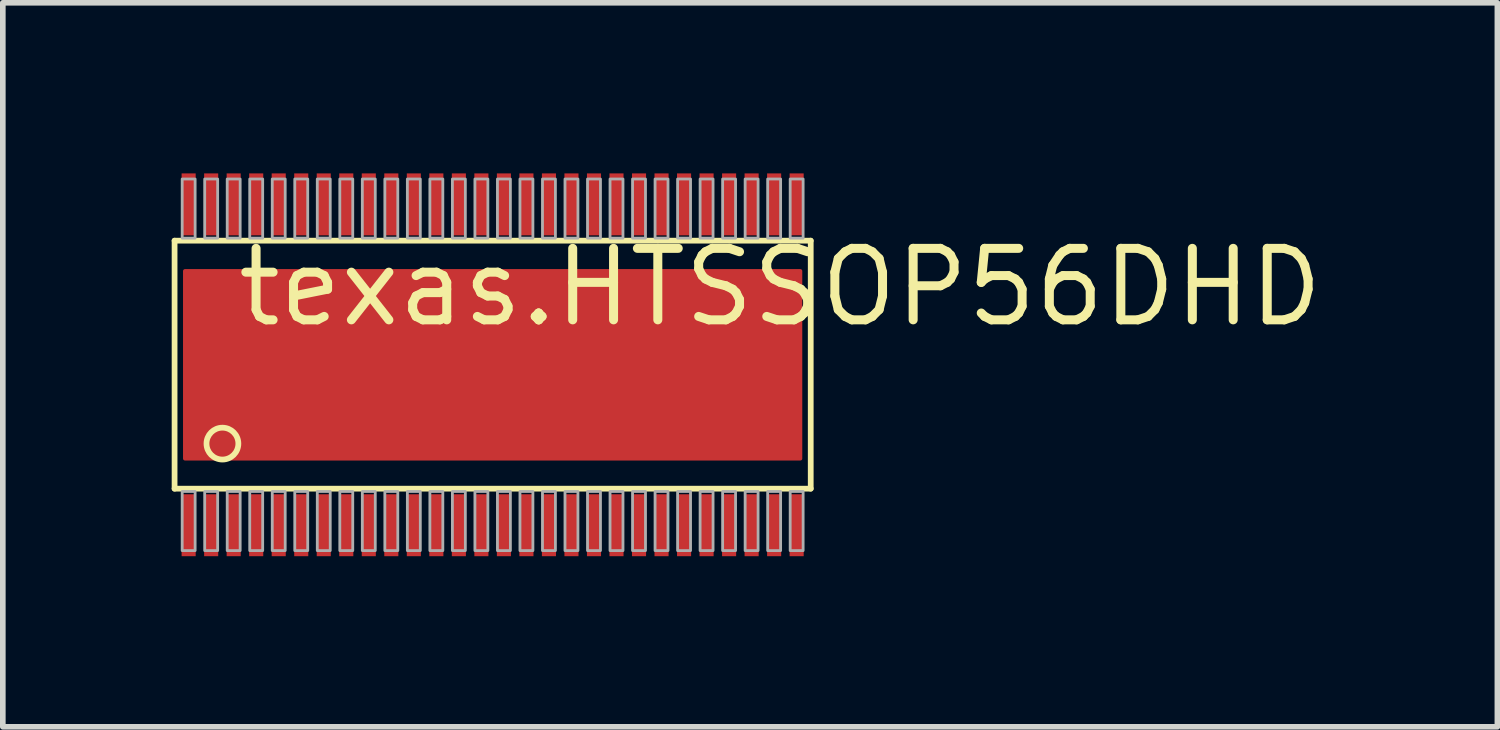
<source format=kicad_pcb>
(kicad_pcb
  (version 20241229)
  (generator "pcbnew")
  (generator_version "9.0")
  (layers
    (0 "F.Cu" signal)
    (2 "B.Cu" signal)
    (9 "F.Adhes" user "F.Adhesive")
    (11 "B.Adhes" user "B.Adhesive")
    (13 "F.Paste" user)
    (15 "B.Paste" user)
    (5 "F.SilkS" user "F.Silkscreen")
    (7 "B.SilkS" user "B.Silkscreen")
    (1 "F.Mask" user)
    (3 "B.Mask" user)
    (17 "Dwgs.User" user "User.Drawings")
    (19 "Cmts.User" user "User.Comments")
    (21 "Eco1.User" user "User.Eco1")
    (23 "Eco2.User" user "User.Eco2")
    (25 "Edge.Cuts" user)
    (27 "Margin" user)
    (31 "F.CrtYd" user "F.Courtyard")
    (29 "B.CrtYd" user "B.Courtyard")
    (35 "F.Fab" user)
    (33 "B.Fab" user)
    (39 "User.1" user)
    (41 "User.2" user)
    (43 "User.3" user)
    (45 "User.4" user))
  (footprint "texas.HTSSOP56DHD"
    (layer "F.Cu")
    (at 5.701 3.43)
    (property "Reference" "texas.HTSSOP56DHD" (at -4.61 -0.635 0) (layer "F.SilkS") (effects (font (size 1.27 1.27) (thickness 0.16)) (justify left bottom)))
    (attr smd)
    (fp_rect (start -5.53 -2.295) (end -5.27 -3.405) (stroke (width 0.05) (type default)) (fill yes) (layer "F.Mask"))
    (fp_rect (start -5.53 3.405) (end -5.27 2.295) (stroke (width 0.05) (type default)) (fill yes) (layer "F.Mask"))
    (fp_rect (start -5.5 1.75) (end 5.5 -1.75) (stroke (width 0.05) (type default)) (fill yes) (layer "F.Mask"))
    (fp_rect (start -5.13 -2.295) (end -4.87 -3.405) (stroke (width 0.05) (type default)) (fill yes) (layer "F.Mask"))
    (fp_rect (start -5.13 3.405) (end -4.87 2.295) (stroke (width 0.05) (type default)) (fill yes) (layer "F.Mask"))
    (fp_rect (start -4.73 -2.295) (end -4.47 -3.405) (stroke (width 0.05) (type default)) (fill yes) (layer "F.Mask"))
    (fp_rect (start -4.73 3.405) (end -4.47 2.295) (stroke (width 0.05) (type default)) (fill yes) (layer "F.Mask"))
    (fp_rect (start -4.33 -2.295) (end -4.07 -3.405) (stroke (width 0.05) (type default)) (fill yes) (layer "F.Mask"))
    (fp_rect (start -4.33 3.405) (end -4.07 2.295) (stroke (width 0.05) (type default)) (fill yes) (layer "F.Mask"))
    (fp_rect (start -3.93 -2.295) (end -3.67 -3.405) (stroke (width 0.05) (type default)) (fill yes) (layer "F.Mask"))
    (fp_rect (start -3.93 3.405) (end -3.67 2.295) (stroke (width 0.05) (type default)) (fill yes) (layer "F.Mask"))
    (fp_rect (start -3.53 -2.295) (end -3.27 -3.405) (stroke (width 0.05) (type default)) (fill yes) (layer "F.Mask"))
    (fp_rect (start -3.53 3.405) (end -3.27 2.295) (stroke (width 0.05) (type default)) (fill yes) (layer "F.Mask"))
    (fp_rect (start -3.13 -2.295) (end -2.87 -3.405) (stroke (width 0.05) (type default)) (fill yes) (layer "F.Mask"))
    (fp_rect (start -3.13 3.405) (end -2.87 2.295) (stroke (width 0.05) (type default)) (fill yes) (layer "F.Mask"))
    (fp_rect (start -2.73 -2.295) (end -2.47 -3.405) (stroke (width 0.05) (type default)) (fill yes) (layer "F.Mask"))
    (fp_rect (start -2.73 3.405) (end -2.47 2.295) (stroke (width 0.05) (type default)) (fill yes) (layer "F.Mask"))
    (fp_rect (start -2.33 -2.295) (end -2.07 -3.405) (stroke (width 0.05) (type default)) (fill yes) (layer "F.Mask"))
    (fp_rect (start -2.33 3.405) (end -2.07 2.295) (stroke (width 0.05) (type default)) (fill yes) (layer "F.Mask"))
    (fp_rect (start -1.93 -2.295) (end -1.67 -3.405) (stroke (width 0.05) (type default)) (fill yes) (layer "F.Mask"))
    (fp_rect (start -1.93 3.405) (end -1.67 2.295) (stroke (width 0.05) (type default)) (fill yes) (layer "F.Mask"))
    (fp_rect (start -1.53 -2.295) (end -1.27 -3.405) (stroke (width 0.05) (type default)) (fill yes) (layer "F.Mask"))
    (fp_rect (start -1.53 3.405) (end -1.27 2.295) (stroke (width 0.05) (type default)) (fill yes) (layer "F.Mask"))
    (fp_rect (start -1.13 -2.295) (end -0.87 -3.405) (stroke (width 0.05) (type default)) (fill yes) (layer "F.Mask"))
    (fp_rect (start -1.13 3.405) (end -0.87 2.295) (stroke (width 0.05) (type default)) (fill yes) (layer "F.Mask"))
    (fp_rect (start -0.73 -2.295) (end -0.47 -3.405) (stroke (width 0.05) (type default)) (fill yes) (layer "F.Mask"))
    (fp_rect (start -0.73 3.405) (end -0.47 2.295) (stroke (width 0.05) (type default)) (fill yes) (layer "F.Mask"))
    (fp_rect (start -0.33 -2.295) (end -0.07 -3.405) (stroke (width 0.05) (type default)) (fill yes) (layer "F.Mask"))
    (fp_rect (start -0.33 3.405) (end -0.07 2.295) (stroke (width 0.05) (type default)) (fill yes) (layer "F.Mask"))
    (fp_rect (start 0.07 -2.295) (end 0.33 -3.405) (stroke (width 0.05) (type default)) (fill yes) (layer "F.Mask"))
    (fp_rect (start 0.07 3.405) (end 0.33 2.295) (stroke (width 0.05) (type default)) (fill yes) (layer "F.Mask"))
    (fp_rect (start 0.47 -2.295) (end 0.73 -3.405) (stroke (width 0.05) (type default)) (fill yes) (layer "F.Mask"))
    (fp_rect (start 0.47 3.405) (end 0.73 2.295) (stroke (width 0.05) (type default)) (fill yes) (layer "F.Mask"))
    (fp_rect (start 0.87 -2.295) (end 1.13 -3.405) (stroke (width 0.05) (type default)) (fill yes) (layer "F.Mask"))
    (fp_rect (start 0.87 3.405) (end 1.13 2.295) (stroke (width 0.05) (type default)) (fill yes) (layer "F.Mask"))
    (fp_rect (start 1.27 -2.295) (end 1.53 -3.405) (stroke (width 0.05) (type default)) (fill yes) (layer "F.Mask"))
    (fp_rect (start 1.27 3.405) (end 1.53 2.295) (stroke (width 0.05) (type default)) (fill yes) (layer "F.Mask"))
    (fp_rect (start 1.67 -2.295) (end 1.93 -3.405) (stroke (width 0.05) (type default)) (fill yes) (layer "F.Mask"))
    (fp_rect (start 1.67 3.405) (end 1.93 2.295) (stroke (width 0.05) (type default)) (fill yes) (layer "F.Mask"))
    (fp_rect (start 2.07 -2.295) (end 2.33 -3.405) (stroke (width 0.05) (type default)) (fill yes) (layer "F.Mask"))
    (fp_rect (start 2.07 3.405) (end 2.33 2.295) (stroke (width 0.05) (type default)) (fill yes) (layer "F.Mask"))
    (fp_rect (start 2.47 -2.295) (end 2.73 -3.405) (stroke (width 0.05) (type default)) (fill yes) (layer "F.Mask"))
    (fp_rect (start 2.47 3.405) (end 2.73 2.295) (stroke (width 0.05) (type default)) (fill yes) (layer "F.Mask"))
    (fp_rect (start 2.87 -2.295) (end 3.13 -3.405) (stroke (width 0.05) (type default)) (fill yes) (layer "F.Mask"))
    (fp_rect (start 2.87 3.405) (end 3.13 2.295) (stroke (width 0.05) (type default)) (fill yes) (layer "F.Mask"))
    (fp_rect (start 3.27 -2.295) (end 3.53 -3.405) (stroke (width 0.05) (type default)) (fill yes) (layer "F.Mask"))
    (fp_rect (start 3.27 3.405) (end 3.53 2.295) (stroke (width 0.05) (type default)) (fill yes) (layer "F.Mask"))
    (fp_rect (start 3.67 -2.295) (end 3.93 -3.405) (stroke (width 0.05) (type default)) (fill yes) (layer "F.Mask"))
    (fp_rect (start 3.67 3.405) (end 3.93 2.295) (stroke (width 0.05) (type default)) (fill yes) (layer "F.Mask"))
    (fp_rect (start 4.07 -2.295) (end 4.33 -3.405) (stroke (width 0.05) (type default)) (fill yes) (layer "F.Mask"))
    (fp_rect (start 4.07 3.405) (end 4.33 2.295) (stroke (width 0.05) (type default)) (fill yes) (layer "F.Mask"))
    (fp_rect (start 4.47 -2.295) (end 4.73 -3.405) (stroke (width 0.05) (type default)) (fill yes) (layer "F.Mask"))
    (fp_rect (start 4.47 3.405) (end 4.73 2.295) (stroke (width 0.05) (type default)) (fill yes) (layer "F.Mask"))
    (fp_rect (start 4.87 -2.295) (end 5.13 -3.405) (stroke (width 0.05) (type default)) (fill yes) (layer "F.Mask"))
    (fp_rect (start 4.87 3.405) (end 5.13 2.295) (stroke (width 0.05) (type default)) (fill yes) (layer "F.Mask"))
    (fp_rect (start 5.27 -2.295) (end 5.53 -3.405) (stroke (width 0.05) (type default)) (fill yes) (layer "F.Mask"))
    (fp_rect (start 5.27 3.405) (end 5.53 2.295) (stroke (width 0.05) (type default)) (fill yes) (layer "F.Mask"))
    (fp_line (start -5.65 -2.205) (end 5.65 -2.205) (stroke (width 0.102) (type default)) (layer "F.SilkS"))
    (fp_line (start -5.65 2.2) (end -5.65 -2.205) (stroke (width 0.102) (type default)) (layer "F.SilkS"))
    (fp_line (start 5.65 -2.205) (end 5.65 2.2) (stroke (width 0.102) (type default)) (layer "F.SilkS"))
    (fp_line (start 5.65 2.2) (end -5.65 2.2) (stroke (width 0.102) (type default)) (layer "F.SilkS"))
    (fp_circle (center -4.8 1.4) (end -4.517 1.4) (stroke (width 0.102) (type default)) (fill no) (layer "F.SilkS"))
    (fp_rect (start -5.51 -2.32) (end -5.29 -3.385) (stroke (width 0.05) (type default)) (fill yes) (layer "F.Paste"))
    (fp_rect (start -5.51 3.385) (end -5.29 2.32) (stroke (width 0.05) (type default)) (fill yes) (layer "F.Paste"))
    (fp_rect (start -5.11 -2.32) (end -4.89 -3.385) (stroke (width 0.05) (type default)) (fill yes) (layer "F.Paste"))
    (fp_rect (start -5.11 3.385) (end -4.89 2.32) (stroke (width 0.05) (type default)) (fill yes) (layer "F.Paste"))
    (fp_rect (start -4.71 -2.32) (end -4.49 -3.385) (stroke (width 0.05) (type default)) (fill yes) (layer "F.Paste"))
    (fp_rect (start -4.71 3.385) (end -4.49 2.32) (stroke (width 0.05) (type default)) (fill yes) (layer "F.Paste"))
    (fp_rect (start -4.31 -2.32) (end -4.09 -3.385) (stroke (width 0.05) (type default)) (fill yes) (layer "F.Paste"))
    (fp_rect (start -4.31 3.385) (end -4.09 2.32) (stroke (width 0.05) (type default)) (fill yes) (layer "F.Paste"))
    (fp_rect (start -3.91 -2.32) (end -3.69 -3.385) (stroke (width 0.05) (type default)) (fill yes) (layer "F.Paste"))
    (fp_rect (start -3.91 3.385) (end -3.69 2.32) (stroke (width 0.05) (type default)) (fill yes) (layer "F.Paste"))
    (fp_rect (start -3.51 -2.32) (end -3.29 -3.385) (stroke (width 0.05) (type default)) (fill yes) (layer "F.Paste"))
    (fp_rect (start -3.51 3.385) (end -3.29 2.32) (stroke (width 0.05) (type default)) (fill yes) (layer "F.Paste"))
    (fp_rect (start -3.11 -2.32) (end -2.89 -3.385) (stroke (width 0.05) (type default)) (fill yes) (layer "F.Paste"))
    (fp_rect (start -3.11 3.385) (end -2.89 2.32) (stroke (width 0.05) (type default)) (fill yes) (layer "F.Paste"))
    (fp_rect (start -2.71 -2.32) (end -2.49 -3.385) (stroke (width 0.05) (type default)) (fill yes) (layer "F.Paste"))
    (fp_rect (start -2.71 3.385) (end -2.49 2.32) (stroke (width 0.05) (type default)) (fill yes) (layer "F.Paste"))
    (fp_rect (start -2.31 -2.32) (end -2.09 -3.385) (stroke (width 0.05) (type default)) (fill yes) (layer "F.Paste"))
    (fp_rect (start -2.31 3.385) (end -2.09 2.32) (stroke (width 0.05) (type default)) (fill yes) (layer "F.Paste"))
    (fp_rect (start -1.91 -2.32) (end -1.69 -3.385) (stroke (width 0.05) (type default)) (fill yes) (layer "F.Paste"))
    (fp_rect (start -1.91 3.385) (end -1.69 2.32) (stroke (width 0.05) (type default)) (fill yes) (layer "F.Paste"))
    (fp_rect (start -1.51 -2.32) (end -1.29 -3.385) (stroke (width 0.05) (type default)) (fill yes) (layer "F.Paste"))
    (fp_rect (start -1.51 3.385) (end -1.29 2.32) (stroke (width 0.05) (type default)) (fill yes) (layer "F.Paste"))
    (fp_rect (start -1.11 -2.32) (end -0.89 -3.385) (stroke (width 0.05) (type default)) (fill yes) (layer "F.Paste"))
    (fp_rect (start -1.11 3.385) (end -0.89 2.32) (stroke (width 0.05) (type default)) (fill yes) (layer "F.Paste"))
    (fp_rect (start -0.71 -2.32) (end -0.49 -3.385) (stroke (width 0.05) (type default)) (fill yes) (layer "F.Paste"))
    (fp_rect (start -0.71 3.385) (end -0.49 2.32) (stroke (width 0.05) (type default)) (fill yes) (layer "F.Paste"))
    (fp_rect (start -0.31 -2.32) (end -0.09 -3.385) (stroke (width 0.05) (type default)) (fill yes) (layer "F.Paste"))
    (fp_rect (start -0.31 3.385) (end -0.09 2.32) (stroke (width 0.05) (type default)) (fill yes) (layer "F.Paste"))
    (fp_rect (start 0.09 -2.32) (end 0.31 -3.385) (stroke (width 0.05) (type default)) (fill yes) (layer "F.Paste"))
    (fp_rect (start 0.09 3.385) (end 0.31 2.32) (stroke (width 0.05) (type default)) (fill yes) (layer "F.Paste"))
    (fp_rect (start 0.49 -2.32) (end 0.71 -3.385) (stroke (width 0.05) (type default)) (fill yes) (layer "F.Paste"))
    (fp_rect (start 0.49 3.385) (end 0.71 2.32) (stroke (width 0.05) (type default)) (fill yes) (layer "F.Paste"))
    (fp_rect (start 0.89 -2.32) (end 1.11 -3.385) (stroke (width 0.05) (type default)) (fill yes) (layer "F.Paste"))
    (fp_rect (start 0.89 3.385) (end 1.11 2.32) (stroke (width 0.05) (type default)) (fill yes) (layer "F.Paste"))
    (fp_rect (start 1.29 -2.32) (end 1.51 -3.385) (stroke (width 0.05) (type default)) (fill yes) (layer "F.Paste"))
    (fp_rect (start 1.29 3.385) (end 1.51 2.32) (stroke (width 0.05) (type default)) (fill yes) (layer "F.Paste"))
    (fp_rect (start 1.69 -2.32) (end 1.91 -3.385) (stroke (width 0.05) (type default)) (fill yes) (layer "F.Paste"))
    (fp_rect (start 1.69 3.385) (end 1.91 2.32) (stroke (width 0.05) (type default)) (fill yes) (layer "F.Paste"))
    (fp_rect (start 2.09 -2.32) (end 2.31 -3.385) (stroke (width 0.05) (type default)) (fill yes) (layer "F.Paste"))
    (fp_rect (start 2.09 3.385) (end 2.31 2.32) (stroke (width 0.05) (type default)) (fill yes) (layer "F.Paste"))
    (fp_rect (start 2.49 -2.32) (end 2.71 -3.385) (stroke (width 0.05) (type default)) (fill yes) (layer "F.Paste"))
    (fp_rect (start 2.49 3.385) (end 2.71 2.32) (stroke (width 0.05) (type default)) (fill yes) (layer "F.Paste"))
    (fp_rect (start 2.89 -2.32) (end 3.11 -3.385) (stroke (width 0.05) (type default)) (fill yes) (layer "F.Paste"))
    (fp_rect (start 2.89 3.385) (end 3.11 2.32) (stroke (width 0.05) (type default)) (fill yes) (layer "F.Paste"))
    (fp_rect (start 3.29 -2.32) (end 3.51 -3.385) (stroke (width 0.05) (type default)) (fill yes) (layer "F.Paste"))
    (fp_rect (start 3.29 3.385) (end 3.51 2.32) (stroke (width 0.05) (type default)) (fill yes) (layer "F.Paste"))
    (fp_rect (start 3.69 -2.32) (end 3.91 -3.385) (stroke (width 0.05) (type default)) (fill yes) (layer "F.Paste"))
    (fp_rect (start 3.69 3.385) (end 3.91 2.32) (stroke (width 0.05) (type default)) (fill yes) (layer "F.Paste"))
    (fp_rect (start 4.09 -2.32) (end 4.31 -3.385) (stroke (width 0.05) (type default)) (fill yes) (layer "F.Paste"))
    (fp_rect (start 4.09 3.385) (end 4.31 2.32) (stroke (width 0.05) (type default)) (fill yes) (layer "F.Paste"))
    (fp_rect (start 4.49 -2.32) (end 4.71 -3.385) (stroke (width 0.05) (type default)) (fill yes) (layer "F.Paste"))
    (fp_rect (start 4.49 3.385) (end 4.71 2.32) (stroke (width 0.05) (type default)) (fill yes) (layer "F.Paste"))
    (fp_rect (start 4.89 -2.32) (end 5.11 -3.385) (stroke (width 0.05) (type default)) (fill yes) (layer "F.Paste"))
    (fp_rect (start 4.89 3.385) (end 5.11 2.32) (stroke (width 0.05) (type default)) (fill yes) (layer "F.Paste"))
    (fp_rect (start 5.29 -2.32) (end 5.51 -3.385) (stroke (width 0.05) (type default)) (fill yes) (layer "F.Paste"))
    (fp_rect (start 5.29 3.385) (end 5.51 2.32) (stroke (width 0.05) (type default)) (fill yes) (layer "F.Paste"))
    (fp_rect (start -5.515 -2.25) (end -5.285 -3.3) (stroke (width 0.05) (type default)) (fill no) (layer "F.Fab"))
    (fp_rect (start -5.515 3.3) (end -5.285 2.25) (stroke (width 0.05) (type default)) (fill no) (layer "F.Fab"))
    (fp_rect (start -5.115 -2.25) (end -4.885 -3.3) (stroke (width 0.05) (type default)) (fill no) (layer "F.Fab"))
    (fp_rect (start -5.115 3.3) (end -4.885 2.25) (stroke (width 0.05) (type default)) (fill no) (layer "F.Fab"))
    (fp_rect (start -4.715 -2.25) (end -4.485 -3.3) (stroke (width 0.05) (type default)) (fill no) (layer "F.Fab"))
    (fp_rect (start -4.715 3.3) (end -4.485 2.25) (stroke (width 0.05) (type default)) (fill no) (layer "F.Fab"))
    (fp_rect (start -4.315 -2.25) (end -4.085 -3.3) (stroke (width 0.05) (type default)) (fill no) (layer "F.Fab"))
    (fp_rect (start -4.315 3.3) (end -4.085 2.25) (stroke (width 0.05) (type default)) (fill no) (layer "F.Fab"))
    (fp_rect (start -3.915 -2.25) (end -3.685 -3.3) (stroke (width 0.05) (type default)) (fill no) (layer "F.Fab"))
    (fp_rect (start -3.915 3.3) (end -3.685 2.25) (stroke (width 0.05) (type default)) (fill no) (layer "F.Fab"))
    (fp_rect (start -3.515 -2.25) (end -3.285 -3.3) (stroke (width 0.05) (type default)) (fill no) (layer "F.Fab"))
    (fp_rect (start -3.515 3.3) (end -3.285 2.25) (stroke (width 0.05) (type default)) (fill no) (layer "F.Fab"))
    (fp_rect (start -3.115 -2.25) (end -2.885 -3.3) (stroke (width 0.05) (type default)) (fill no) (layer "F.Fab"))
    (fp_rect (start -3.115 3.3) (end -2.885 2.25) (stroke (width 0.05) (type default)) (fill no) (layer "F.Fab"))
    (fp_rect (start -2.715 -2.25) (end -2.485 -3.3) (stroke (width 0.05) (type default)) (fill no) (layer "F.Fab"))
    (fp_rect (start -2.715 3.3) (end -2.485 2.25) (stroke (width 0.05) (type default)) (fill no) (layer "F.Fab"))
    (fp_rect (start -2.315 -2.25) (end -2.085 -3.3) (stroke (width 0.05) (type default)) (fill no) (layer "F.Fab"))
    (fp_rect (start -2.315 3.3) (end -2.085 2.25) (stroke (width 0.05) (type default)) (fill no) (layer "F.Fab"))
    (fp_rect (start -1.915 -2.25) (end -1.685 -3.3) (stroke (width 0.05) (type default)) (fill no) (layer "F.Fab"))
    (fp_rect (start -1.915 3.3) (end -1.685 2.25) (stroke (width 0.05) (type default)) (fill no) (layer "F.Fab"))
    (fp_rect (start -1.515 -2.25) (end -1.285 -3.3) (stroke (width 0.05) (type default)) (fill no) (layer "F.Fab"))
    (fp_rect (start -1.515 3.3) (end -1.285 2.25) (stroke (width 0.05) (type default)) (fill no) (layer "F.Fab"))
    (fp_rect (start -1.115 -2.25) (end -0.885 -3.3) (stroke (width 0.05) (type default)) (fill no) (layer "F.Fab"))
    (fp_rect (start -1.115 3.3) (end -0.885 2.25) (stroke (width 0.05) (type default)) (fill no) (layer "F.Fab"))
    (fp_rect (start -0.715 -2.25) (end -0.485 -3.3) (stroke (width 0.05) (type default)) (fill no) (layer "F.Fab"))
    (fp_rect (start -0.715 3.3) (end -0.485 2.25) (stroke (width 0.05) (type default)) (fill no) (layer "F.Fab"))
    (fp_rect (start -0.315 -2.25) (end -0.085 -3.3) (stroke (width 0.05) (type default)) (fill no) (layer "F.Fab"))
    (fp_rect (start -0.315 3.3) (end -0.085 2.25) (stroke (width 0.05) (type default)) (fill no) (layer "F.Fab"))
    (fp_rect (start 0.085 -2.25) (end 0.315 -3.3) (stroke (width 0.05) (type default)) (fill no) (layer "F.Fab"))
    (fp_rect (start 0.085 3.3) (end 0.315 2.25) (stroke (width 0.05) (type default)) (fill no) (layer "F.Fab"))
    (fp_rect (start 0.485 -2.25) (end 0.715 -3.3) (stroke (width 0.05) (type default)) (fill no) (layer "F.Fab"))
    (fp_rect (start 0.485 3.3) (end 0.715 2.25) (stroke (width 0.05) (type default)) (fill no) (layer "F.Fab"))
    (fp_rect (start 0.885 -2.25) (end 1.115 -3.3) (stroke (width 0.05) (type default)) (fill no) (layer "F.Fab"))
    (fp_rect (start 0.885 3.3) (end 1.115 2.25) (stroke (width 0.05) (type default)) (fill no) (layer "F.Fab"))
    (fp_rect (start 1.285 -2.25) (end 1.515 -3.3) (stroke (width 0.05) (type default)) (fill no) (layer "F.Fab"))
    (fp_rect (start 1.285 3.3) (end 1.515 2.25) (stroke (width 0.05) (type default)) (fill no) (layer "F.Fab"))
    (fp_rect (start 1.685 -2.25) (end 1.915 -3.3) (stroke (width 0.05) (type default)) (fill no) (layer "F.Fab"))
    (fp_rect (start 1.685 3.3) (end 1.915 2.25) (stroke (width 0.05) (type default)) (fill no) (layer "F.Fab"))
    (fp_rect (start 2.085 -2.25) (end 2.315 -3.3) (stroke (width 0.05) (type default)) (fill no) (layer "F.Fab"))
    (fp_rect (start 2.085 3.3) (end 2.315 2.25) (stroke (width 0.05) (type default)) (fill no) (layer "F.Fab"))
    (fp_rect (start 2.485 -2.25) (end 2.715 -3.3) (stroke (width 0.05) (type default)) (fill no) (layer "F.Fab"))
    (fp_rect (start 2.485 3.3) (end 2.715 2.25) (stroke (width 0.05) (type default)) (fill no) (layer "F.Fab"))
    (fp_rect (start 2.885 -2.25) (end 3.115 -3.3) (stroke (width 0.05) (type default)) (fill no) (layer "F.Fab"))
    (fp_rect (start 2.885 3.3) (end 3.115 2.25) (stroke (width 0.05) (type default)) (fill no) (layer "F.Fab"))
    (fp_rect (start 3.285 -2.25) (end 3.515 -3.3) (stroke (width 0.05) (type default)) (fill no) (layer "F.Fab"))
    (fp_rect (start 3.285 3.3) (end 3.515 2.25) (stroke (width 0.05) (type default)) (fill no) (layer "F.Fab"))
    (fp_rect (start 3.685 -2.25) (end 3.915 -3.3) (stroke (width 0.05) (type default)) (fill no) (layer "F.Fab"))
    (fp_rect (start 3.685 3.3) (end 3.915 2.25) (stroke (width 0.05) (type default)) (fill no) (layer "F.Fab"))
    (fp_rect (start 4.085 -2.25) (end 4.315 -3.3) (stroke (width 0.05) (type default)) (fill no) (layer "F.Fab"))
    (fp_rect (start 4.085 3.3) (end 4.315 2.25) (stroke (width 0.05) (type default)) (fill no) (layer "F.Fab"))
    (fp_rect (start 4.485 -2.25) (end 4.715 -3.3) (stroke (width 0.05) (type default)) (fill no) (layer "F.Fab"))
    (fp_rect (start 4.485 3.3) (end 4.715 2.25) (stroke (width 0.05) (type default)) (fill no) (layer "F.Fab"))
    (fp_rect (start 4.885 -2.25) (end 5.115 -3.3) (stroke (width 0.05) (type default)) (fill no) (layer "F.Fab"))
    (fp_rect (start 4.885 3.3) (end 5.115 2.25) (stroke (width 0.05) (type default)) (fill no) (layer "F.Fab"))
    (fp_rect (start 5.285 -2.25) (end 5.515 -3.3) (stroke (width 0.05) (type default)) (fill no) (layer "F.Fab"))
    (fp_rect (start 5.285 3.3) (end 5.515 2.25) (stroke (width 0.05) (type default)) (fill no) (layer "F.Fab"))
    (pad "1" smd roundrect (at -5.4 2.85) (size 0.25 1.1) (layers "F.Cu" "F.Mask" "F.Paste") (roundrect_rratio 0.01))
    (pad "2" smd roundrect (at -5 2.85) (size 0.25 1.1) (layers "F.Cu" "F.Mask" "F.Paste") (roundrect_rratio 0.01))
    (pad "3" smd roundrect (at -4.6 2.85) (size 0.25 1.1) (layers "F.Cu" "F.Mask" "F.Paste") (roundrect_rratio 0.01))
    (pad "4" smd roundrect (at -4.2 2.85) (size 0.25 1.1) (layers "F.Cu" "F.Mask" "F.Paste") (roundrect_rratio 0.01))
    (pad "5" smd roundrect (at -3.8 2.85) (size 0.25 1.1) (layers "F.Cu" "F.Mask" "F.Paste") (roundrect_rratio 0.01))
    (pad "6" smd roundrect (at -3.4 2.85) (size 0.25 1.1) (layers "F.Cu" "F.Mask" "F.Paste") (roundrect_rratio 0.01))
    (pad "7" smd roundrect (at -3 2.85) (size 0.25 1.1) (layers "F.Cu" "F.Mask" "F.Paste") (roundrect_rratio 0.01))
    (pad "8" smd roundrect (at -2.6 2.85) (size 0.25 1.1) (layers "F.Cu" "F.Mask" "F.Paste") (roundrect_rratio 0.01))
    (pad "9" smd roundrect (at -2.2 2.85) (size 0.25 1.1) (layers "F.Cu" "F.Mask" "F.Paste") (roundrect_rratio 0.01))
    (pad "10" smd roundrect (at -1.8 2.85) (size 0.25 1.1) (layers "F.Cu" "F.Mask" "F.Paste") (roundrect_rratio 0.01))
    (pad "11" smd roundrect (at -1.4 2.85) (size 0.25 1.1) (layers "F.Cu" "F.Mask" "F.Paste") (roundrect_rratio 0.01))
    (pad "12" smd roundrect (at -1 2.85) (size 0.25 1.1) (layers "F.Cu" "F.Mask" "F.Paste") (roundrect_rratio 0.01))
    (pad "13" smd roundrect (at -0.6 2.85) (size 0.25 1.1) (layers "F.Cu" "F.Mask" "F.Paste") (roundrect_rratio 0.01))
    (pad "14" smd roundrect (at -0.2 2.85) (size 0.25 1.1) (layers "F.Cu" "F.Mask" "F.Paste") (roundrect_rratio 0.01))
    (pad "15" smd roundrect (at 0.2 2.85) (size 0.25 1.1) (layers "F.Cu" "F.Mask" "F.Paste") (roundrect_rratio 0.01))
    (pad "16" smd roundrect (at 0.6 2.85) (size 0.25 1.1) (layers "F.Cu" "F.Mask" "F.Paste") (roundrect_rratio 0.01))
    (pad "17" smd roundrect (at 1 2.85) (size 0.25 1.1) (layers "F.Cu" "F.Mask" "F.Paste") (roundrect_rratio 0.01))
    (pad "18" smd roundrect (at 1.4 2.85) (size 0.25 1.1) (layers "F.Cu" "F.Mask" "F.Paste") (roundrect_rratio 0.01))
    (pad "19" smd roundrect (at 1.8 2.85) (size 0.25 1.1) (layers "F.Cu" "F.Mask" "F.Paste") (roundrect_rratio 0.01))
    (pad "20" smd roundrect (at 2.2 2.85) (size 0.25 1.1) (layers "F.Cu" "F.Mask" "F.Paste") (roundrect_rratio 0.01))
    (pad "21" smd roundrect (at 2.6 2.85) (size 0.25 1.1) (layers "F.Cu" "F.Mask" "F.Paste") (roundrect_rratio 0.01))
    (pad "22" smd roundrect (at 3 2.85) (size 0.25 1.1) (layers "F.Cu" "F.Mask" "F.Paste") (roundrect_rratio 0.01))
    (pad "23" smd roundrect (at 3.4 2.85) (size 0.25 1.1) (layers "F.Cu" "F.Mask" "F.Paste") (roundrect_rratio 0.01))
    (pad "24" smd roundrect (at 3.8 2.85) (size 0.25 1.1) (layers "F.Cu" "F.Mask" "F.Paste") (roundrect_rratio 0.01))
    (pad "25" smd roundrect (at 4.2 2.85) (size 0.25 1.1) (layers "F.Cu" "F.Mask" "F.Paste") (roundrect_rratio 0.01))
    (pad "26" smd roundrect (at 4.6 2.85) (size 0.25 1.1) (layers "F.Cu" "F.Mask" "F.Paste") (roundrect_rratio 0.01))
    (pad "27" smd roundrect (at 5 2.85) (size 0.25 1.1) (layers "F.Cu" "F.Mask" "F.Paste") (roundrect_rratio 0.01))
    (pad "28" smd roundrect (at 5.4 2.85) (size 0.25 1.1) (layers "F.Cu" "F.Mask" "F.Paste") (roundrect_rratio 0.01))
    (pad "29" smd roundrect (at 5.4 -2.85 180) (size 0.25 1.1) (layers "F.Cu" "F.Mask" "F.Paste") (roundrect_rratio 0.01))
    (pad "30" smd roundrect (at 5 -2.85 180) (size 0.25 1.1) (layers "F.Cu" "F.Mask" "F.Paste") (roundrect_rratio 0.01))
    (pad "31" smd roundrect (at 4.6 -2.85 180) (size 0.25 1.1) (layers "F.Cu" "F.Mask" "F.Paste") (roundrect_rratio 0.01))
    (pad "32" smd roundrect (at 4.2 -2.85 180) (size 0.25 1.1) (layers "F.Cu" "F.Mask" "F.Paste") (roundrect_rratio 0.01))
    (pad "33" smd roundrect (at 3.8 -2.85 180) (size 0.25 1.1) (layers "F.Cu" "F.Mask" "F.Paste") (roundrect_rratio 0.01))
    (pad "34" smd roundrect (at 3.4 -2.85 180) (size 0.25 1.1) (layers "F.Cu" "F.Mask" "F.Paste") (roundrect_rratio 0.01))
    (pad "35" smd roundrect (at 3 -2.85 180) (size 0.25 1.1) (layers "F.Cu" "F.Mask" "F.Paste") (roundrect_rratio 0.01))
    (pad "36" smd roundrect (at 2.6 -2.85 180) (size 0.25 1.1) (layers "F.Cu" "F.Mask" "F.Paste") (roundrect_rratio 0.01))
    (pad "37" smd roundrect (at 2.2 -2.85 180) (size 0.25 1.1) (layers "F.Cu" "F.Mask" "F.Paste") (roundrect_rratio 0.01))
    (pad "38" smd roundrect (at 1.8 -2.85 180) (size 0.25 1.1) (layers "F.Cu" "F.Mask" "F.Paste") (roundrect_rratio 0.01))
    (pad "39" smd roundrect (at 1.4 -2.85 180) (size 0.25 1.1) (layers "F.Cu" "F.Mask" "F.Paste") (roundrect_rratio 0.01))
    (pad "40" smd roundrect (at 1 -2.85 180) (size 0.25 1.1) (layers "F.Cu" "F.Mask" "F.Paste") (roundrect_rratio 0.01))
    (pad "41" smd roundrect (at 0.6 -2.85 180) (size 0.25 1.1) (layers "F.Cu" "F.Mask" "F.Paste") (roundrect_rratio 0.01))
    (pad "42" smd roundrect (at 0.2 -2.85 180) (size 0.25 1.1) (layers "F.Cu" "F.Mask" "F.Paste") (roundrect_rratio 0.01))
    (pad "43" smd roundrect (at -0.2 -2.85 180) (size 0.25 1.1) (layers "F.Cu" "F.Mask" "F.Paste") (roundrect_rratio 0.01))
    (pad "44" smd roundrect (at -0.6 -2.85 180) (size 0.25 1.1) (layers "F.Cu" "F.Mask" "F.Paste") (roundrect_rratio 0.01))
    (pad "45" smd roundrect (at -1 -2.85 180) (size 0.25 1.1) (layers "F.Cu" "F.Mask" "F.Paste") (roundrect_rratio 0.01))
    (pad "46" smd roundrect (at -1.4 -2.85 180) (size 0.25 1.1) (layers "F.Cu" "F.Mask" "F.Paste") (roundrect_rratio 0.01))
    (pad "47" smd roundrect (at -1.8 -2.85 180) (size 0.25 1.1) (layers "F.Cu" "F.Mask" "F.Paste") (roundrect_rratio 0.01))
    (pad "48" smd roundrect (at -2.2 -2.85 180) (size 0.25 1.1) (layers "F.Cu" "F.Mask" "F.Paste") (roundrect_rratio 0.01))
    (pad "49" smd roundrect (at -2.6 -2.85 180) (size 0.25 1.1) (layers "F.Cu" "F.Mask" "F.Paste") (roundrect_rratio 0.01))
    (pad "50" smd roundrect (at -3 -2.85 180) (size 0.25 1.1) (layers "F.Cu" "F.Mask" "F.Paste") (roundrect_rratio 0.01))
    (pad "51" smd roundrect (at -3.4 -2.85 180) (size 0.25 1.1) (layers "F.Cu" "F.Mask" "F.Paste") (roundrect_rratio 0.01))
    (pad "52" smd roundrect (at -3.8 -2.85 180) (size 0.25 1.1) (layers "F.Cu" "F.Mask" "F.Paste") (roundrect_rratio 0.01))
    (pad "53" smd roundrect (at -4.2 -2.85 180) (size 0.25 1.1) (layers "F.Cu" "F.Mask" "F.Paste") (roundrect_rratio 0.01))
    (pad "54" smd roundrect (at -4.6 -2.85 180) (size 0.25 1.1) (layers "F.Cu" "F.Mask" "F.Paste") (roundrect_rratio 0.01))
    (pad "55" smd roundrect (at -5 -2.85 180) (size 0.25 1.1) (layers "F.Cu" "F.Mask" "F.Paste") (roundrect_rratio 0.01))
    (pad "56" smd roundrect (at -5.4 -2.85 180) (size 0.25 1.1) (layers "F.Cu" "F.Mask" "F.Paste") (roundrect_rratio 0.01))
    (pad "EXP" smd roundrect (at 0 0) (size 11 3.4) (layers "F.Cu" "F.Mask" "F.Paste") (roundrect_rratio 0.01)))
  (gr_rect
    (start -3 -3)
    (end 23.548 9.86)
    (stroke (width 0.1) (type default))
    (fill no)
    (layer "Edge.Cuts")))
</source>
